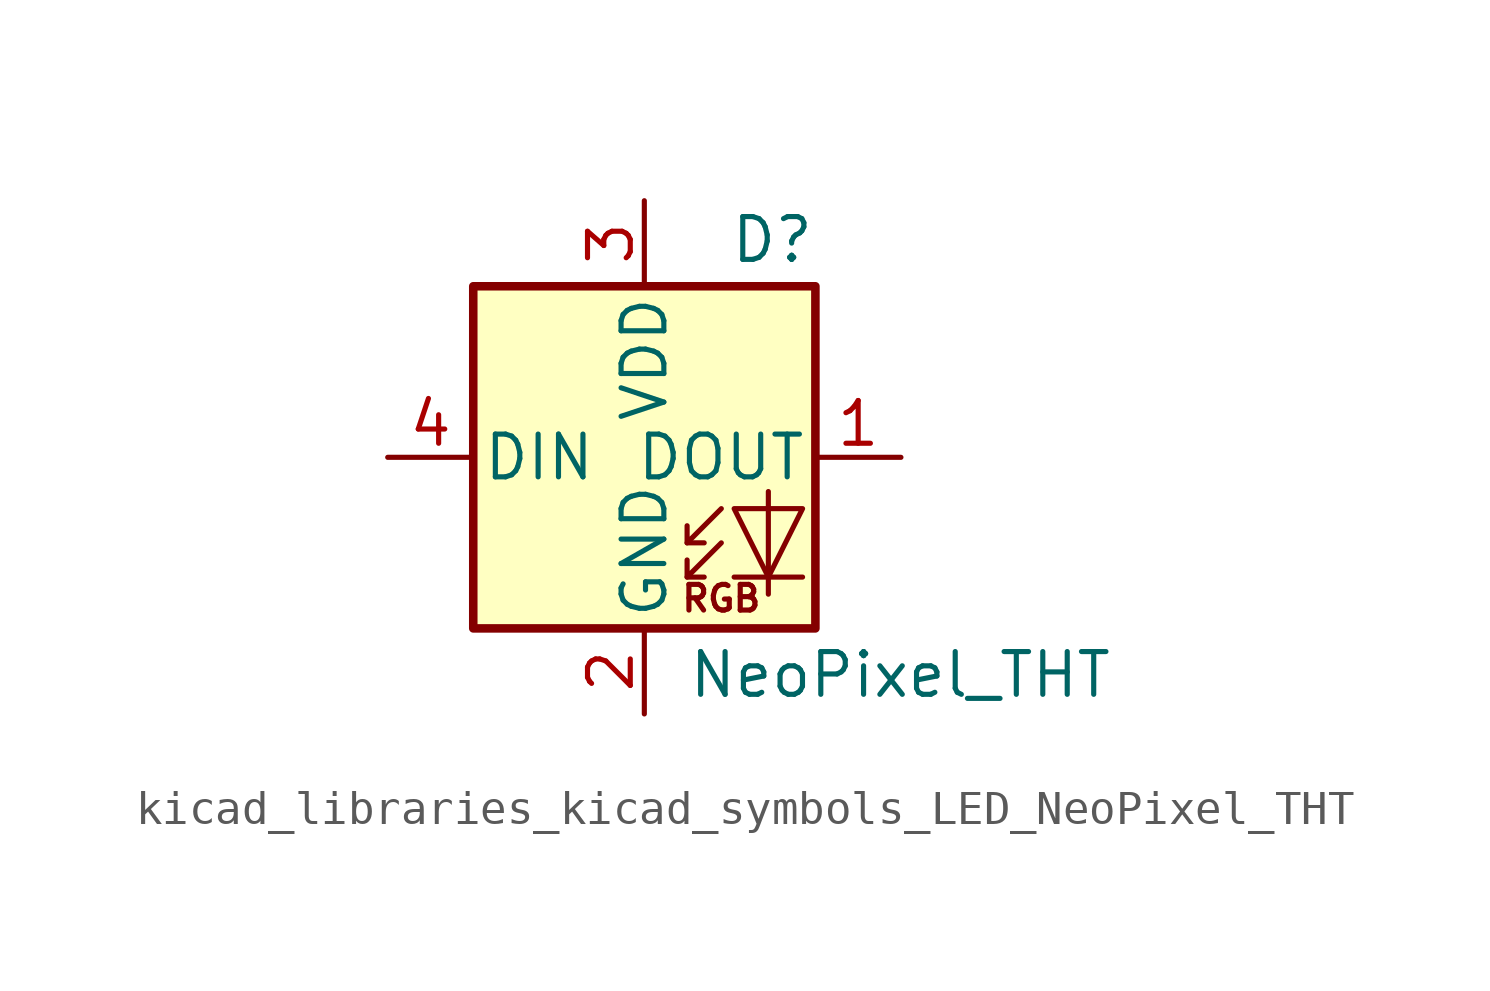
<source format=kicad_sym>
(kicad_symbol_lib
  (version 20220914)
  (generator kicad_symbol_editor)
  (symbol "kicad_libraries_kicad_symbols_LED_NeoPixel_THT"
    (pin_names
      (offset 0.254))
    (property "Reference" "D"
      (at 5.08 5.715 0)
      (effects (font (size 1.27 1.27)) (justify right bottom)))
    (property "Value" "NeoPixel_THT"
      (at 1.27 -5.715 0)
      (effects (font (size 1.27 1.27)) (justify left top)))
    (symbol "kicad_libraries_kicad_symbols_LED_NeoPixel_THT_0_0"
      (text "RGB" (at 2.286 -4.191 0) (effects (font (size 0.762 0.762)))))
    (symbol "kicad_libraries_kicad_symbols_LED_NeoPixel_THT_0_1"
      (polyline (pts (xy 1.27 -3.556) (xy 1.778 -3.556)) (stroke (width 0) (type default)) (fill (type none)))
      (polyline (pts (xy 1.27 -2.54) (xy 1.778 -2.54)) (stroke (width 0) (type default)) (fill (type none)))
      (polyline (pts (xy 4.699 -3.556) (xy 2.667 -3.556)) (stroke (width 0) (type default)) (fill (type none)))
      (polyline (pts (xy 2.286 -2.54) (xy 1.27 -3.556) (xy 1.27 -3.048)) (stroke (width 0) (type default)) (fill (type none)))
      (polyline (pts (xy 2.286 -1.524) (xy 1.27 -2.54) (xy 1.27 -2.032)) (stroke (width 0) (type default)) (fill (type none)))
      (polyline (pts (xy 3.683 -1.016) (xy 3.683 -3.556) (xy 3.683 -4.064)) (stroke (width 0) (type default)) (fill (type none)))
      (polyline (pts (xy 4.699 -1.524) (xy 2.667 -1.524) (xy 3.683 -3.556) (xy 4.699 -1.524)) (stroke (width 0) (type default)) (fill (type none)))
      (rectangle (start 5.08 5.08) (end -5.08 -5.08) (stroke (width 0.254) (type default)) (fill (type background))))
    (symbol "kicad_libraries_kicad_symbols_LED_NeoPixel_THT_1_1"
      (pin output line (at 7.62 0 180) (length 2.54) (name "DOUT" (effects (font (size 1.27 1.27)))) (number "1" (effects (font (size 1.27 1.27)))))
      (pin power_in line (at 0 -7.62 90) (length 2.54) (name "GND" (effects (font (size 1.27 1.27)))) (number "2" (effects (font (size 1.27 1.27)))))
      (pin power_in line (at 0 7.62 270) (length 2.54) (name "VDD" (effects (font (size 1.27 1.27)))) (number "3" (effects (font (size 1.27 1.27)))))
      (pin input line (at -7.62 0 0) (length 2.54) (name "DIN" (effects (font (size 1.27 1.27)))) (number "4" (effects (font (size 1.27 1.27))))))))
</source>
